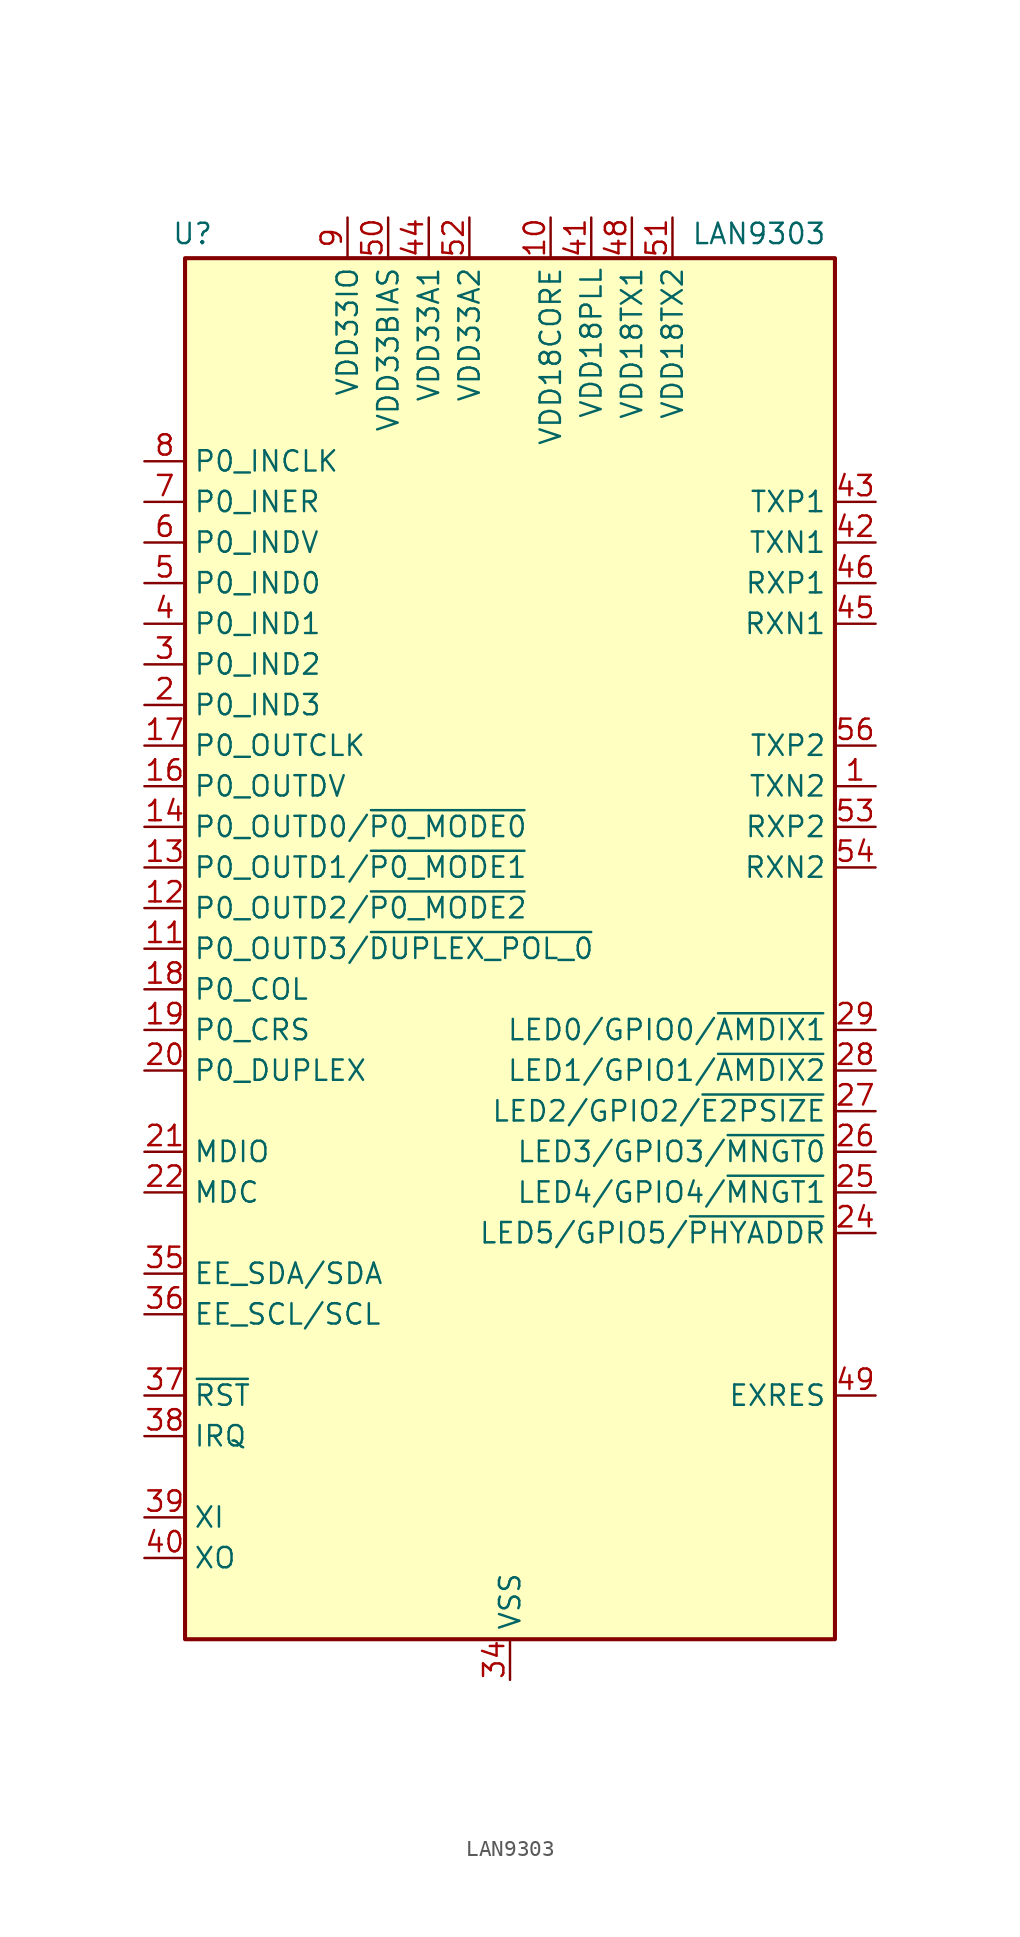
<source format=kicad_sym>
(kicad_symbol_lib
  (version 20241209)
  (generator "kicad_symbol_editor")
  (generator_version "9.0")
  (symbol "LAN9303"
    (property "Reference" "U"
      (at -18.542 44.704 0)
      (effects (font (size 1.27 1.27)) (justify right)))
    (property "Value" "LAN9303"
      (at 19.812 44.704 0)
      (effects (font (size 1.27 1.27)) (justify right)))
    (symbol "LAN9303_0_1"
      (rectangle (start -20.32 43.18) (end 20.32 -43.18) (stroke (width 0.254) (type default)) (fill (type background))))
    (symbol "LAN9303_1_1"
      (pin passive line (at -22.86 30.48 0) (length 2.54) (name "P0_INCLK" (effects (font (size 1.27 1.27)))) (number "8" (effects (font (size 1.27 1.27)))))
      (pin passive line (at -22.86 27.94 0) (length 2.54) (name "P0_INER" (effects (font (size 1.27 1.27)))) (number "7" (effects (font (size 1.27 1.27)))))
      (pin input line (at -22.86 25.4 0) (length 2.54) (name "P0_INDV" (effects (font (size 1.27 1.27)))) (number "6" (effects (font (size 1.27 1.27)))))
      (pin input line (at -22.86 22.86 0) (length 2.54) (name "P0_IND0" (effects (font (size 1.27 1.27)))) (number "5" (effects (font (size 1.27 1.27)))))
      (pin input line (at -22.86 20.32 0) (length 2.54) (name "P0_IND1" (effects (font (size 1.27 1.27)))) (number "4" (effects (font (size 1.27 1.27)))))
      (pin passive line (at -22.86 17.78 0) (length 2.54) (name "P0_IND2" (effects (font (size 1.27 1.27)))) (number "3" (effects (font (size 1.27 1.27)))))
      (pin passive line (at -22.86 15.24 0) (length 2.54) (name "P0_IND3" (effects (font (size 1.27 1.27)))) (number "2" (effects (font (size 1.27 1.27)))))
      (pin bidirectional line (at -22.86 12.7 0) (length 2.54) (name "P0_OUTCLK" (effects (font (size 1.27 1.27)))) (number "17" (effects (font (size 1.27 1.27)))))
      (pin output line (at -22.86 10.16 0) (length 2.54) (name "P0_OUTDV" (effects (font (size 1.27 1.27)))) (number "16" (effects (font (size 1.27 1.27)))))
      (pin bidirectional line (at -22.86 7.62 0) (length 2.54) (name "P0_OUTD0/~{P0_MODE0}" (effects (font (size 1.27 1.27)))) (number "14" (effects (font (size 1.27 1.27)))))
      (pin bidirectional line (at -22.86 5.08 0) (length 2.54) (name "P0_OUTD1/~{P0_MODE1}" (effects (font (size 1.27 1.27)))) (number "13" (effects (font (size 1.27 1.27)))))
      (pin passive line (at -22.86 2.54 0) (length 2.54) (name "P0_OUTD2/~{P0_MODE2}" (effects (font (size 1.27 1.27)))) (number "12" (effects (font (size 1.27 1.27)))))
      (pin passive line (at -22.86 0 0) (length 2.54) (name "P0_OUTD3/~{DUPLEX_POL_0}" (effects (font (size 1.27 1.27)))) (number "11" (effects (font (size 1.27 1.27)))))
      (pin passive line (at -22.86 -2.54 0) (length 2.54) (name "P0_COL" (effects (font (size 1.27 1.27)))) (number "18" (effects (font (size 1.27 1.27)))))
      (pin passive line (at -22.86 -5.08 0) (length 2.54) (name "P0_CRS" (effects (font (size 1.27 1.27)))) (number "19" (effects (font (size 1.27 1.27)))))
      (pin input line (at -22.86 -7.62 0) (length 2.54) (name "P0_DUPLEX" (effects (font (size 1.27 1.27)))) (number "20" (effects (font (size 1.27 1.27)))))
      (pin bidirectional line (at -22.86 -12.7 0) (length 2.54) (name "MDIO" (effects (font (size 1.27 1.27)))) (number "21" (effects (font (size 1.27 1.27)))))
      (pin bidirectional line (at -22.86 -15.24 0) (length 2.54) (name "MDC" (effects (font (size 1.27 1.27)))) (number "22" (effects (font (size 1.27 1.27)))))
      (pin bidirectional line (at -22.86 -20.32 0) (length 2.54) (name "EE_SDA/SDA" (effects (font (size 1.27 1.27)))) (number "35" (effects (font (size 1.27 1.27)))))
      (pin bidirectional line (at -22.86 -22.86 0) (length 2.54) (name "EE_SCL/SCL" (effects (font (size 1.27 1.27)))) (number "36" (effects (font (size 1.27 1.27)))))
      (pin passive line (at -22.86 -27.94 0) (length 2.54) (name "~{RST}" (effects (font (size 1.27 1.27)))) (number "37" (effects (font (size 1.27 1.27)))))
      (pin passive line (at -22.86 -30.48 0) (length 2.54) (name "IRQ" (effects (font (size 1.27 1.27)))) (number "38" (effects (font (size 1.27 1.27)))))
      (pin input line (at -22.86 -35.56 0) (length 2.54) (name "XI" (effects (font (size 1.27 1.27)))) (number "39" (effects (font (size 1.27 1.27)))))
      (pin passive line (at -22.86 -38.1 0) (length 2.54) (name "XO" (effects (font (size 1.27 1.27)))) (number "40" (effects (font (size 1.27 1.27)))))
      (pin passive line (at -10.16 45.72 270) (length 2.54) (hide yes) (name "VDD33IO" (effects (font (size 1.27 1.27)))) (number "15" (effects (font (size 1.27 1.27)))))
      (pin passive line (at -10.16 45.72 270) (length 2.54) (hide yes) (name "VDD33IO" (effects (font (size 1.27 1.27)))) (number "23" (effects (font (size 1.27 1.27)))))
      (pin passive line (at -10.16 45.72 270) (length 2.54) (hide yes) (name "VDD33IO" (effects (font (size 1.27 1.27)))) (number "30" (effects (font (size 1.27 1.27)))))
      (pin passive line (at -10.16 45.72 270) (length 2.54) (hide yes) (name "VDD33IO" (effects (font (size 1.27 1.27)))) (number "32" (effects (font (size 1.27 1.27)))))
      (pin passive line (at -10.16 45.72 270) (length 2.54) (hide yes) (name "VDD33IO" (effects (font (size 1.27 1.27)))) (number "33" (effects (font (size 1.27 1.27)))))
      (pin power_in line (at -10.16 45.72 270) (length 2.54) (name "VDD33IO" (effects (font (size 1.27 1.27)))) (number "9" (effects (font (size 1.27 1.27)))))
      (pin power_in line (at -7.62 45.72 270) (length 2.54) (name "VDD33BIAS" (effects (font (size 1.27 1.27)))) (number "50" (effects (font (size 1.27 1.27)))))
      (pin power_in line (at -5.08 45.72 270) (length 2.54) (name "VDD33A1" (effects (font (size 1.27 1.27)))) (number "44" (effects (font (size 1.27 1.27)))))
      (pin passive line (at -5.08 45.72 270) (length 2.54) (hide yes) (name "VDD33A1" (effects (font (size 1.27 1.27)))) (number "47" (effects (font (size 1.27 1.27)))))
      (pin power_in line (at -2.54 45.72 270) (length 2.54) (name "VDD33A2" (effects (font (size 1.27 1.27)))) (number "52" (effects (font (size 1.27 1.27)))))
      (pin passive line (at -2.54 45.72 270) (length 2.54) (hide yes) (name "VDD33A2" (effects (font (size 1.27 1.27)))) (number "55" (effects (font (size 1.27 1.27)))))
      (pin power_in line (at 0 -45.72 90) (length 2.54) (name "VSS" (effects (font (size 1.27 1.27)))) (number "34" (effects (font (size 1.27 1.27)))))
      (pin passive line (at 0 -45.72 90) (length 2.54) (hide yes) (name "VSS" (effects (font (size 1.27 1.27)))) (number "57" (effects (font (size 1.27 1.27)))))
      (pin output line (at 2.54 45.72 270) (length 2.54) (name "VDD18CORE" (effects (font (size 1.27 1.27)))) (number "10" (effects (font (size 1.27 1.27)))))
      (pin passive line (at 2.54 45.72 270) (length 2.54) (hide yes) (name "VDD18CORE" (effects (font (size 1.27 1.27)))) (number "31" (effects (font (size 1.27 1.27)))))
      (pin output line (at 5.08 45.72 270) (length 2.54) (name "VDD18PLL" (effects (font (size 1.27 1.27)))) (number "41" (effects (font (size 1.27 1.27)))))
      (pin output line (at 7.62 45.72 270) (length 2.54) (name "VDD18TX1" (effects (font (size 1.27 1.27)))) (number "48" (effects (font (size 1.27 1.27)))))
      (pin output line (at 10.16 45.72 270) (length 2.54) (name "VDD18TX2" (effects (font (size 1.27 1.27)))) (number "51" (effects (font (size 1.27 1.27)))))
      (pin bidirectional line (at 22.86 27.94 180) (length 2.54) (name "TXP1" (effects (font (size 1.27 1.27)))) (number "43" (effects (font (size 1.27 1.27)))))
      (pin bidirectional line (at 22.86 25.4 180) (length 2.54) (name "TXN1" (effects (font (size 1.27 1.27)))) (number "42" (effects (font (size 1.27 1.27)))))
      (pin bidirectional line (at 22.86 22.86 180) (length 2.54) (name "RXP1" (effects (font (size 1.27 1.27)))) (number "46" (effects (font (size 1.27 1.27)))))
      (pin bidirectional line (at 22.86 20.32 180) (length 2.54) (name "RXN1" (effects (font (size 1.27 1.27)))) (number "45" (effects (font (size 1.27 1.27)))))
      (pin bidirectional line (at 22.86 12.7 180) (length 2.54) (name "TXP2" (effects (font (size 1.27 1.27)))) (number "56" (effects (font (size 1.27 1.27)))))
      (pin bidirectional line (at 22.86 10.16 180) (length 2.54) (name "TXN2" (effects (font (size 1.27 1.27)))) (number "1" (effects (font (size 1.27 1.27)))))
      (pin bidirectional line (at 22.86 7.62 180) (length 2.54) (name "RXP2" (effects (font (size 1.27 1.27)))) (number "53" (effects (font (size 1.27 1.27)))))
      (pin bidirectional line (at 22.86 5.08 180) (length 2.54) (name "RXN2" (effects (font (size 1.27 1.27)))) (number "54" (effects (font (size 1.27 1.27)))))
      (pin passive line (at 22.86 -5.08 180) (length 2.54) (name "LED0/GPIO0/~{AMDIX1}" (effects (font (size 1.27 1.27)))) (number "29" (effects (font (size 1.27 1.27)))))
      (pin passive line (at 22.86 -7.62 180) (length 2.54) (name "LED1/GPIO1/~{AMDIX2}" (effects (font (size 1.27 1.27)))) (number "28" (effects (font (size 1.27 1.27)))))
      (pin passive line (at 22.86 -10.16 180) (length 2.54) (name "LED2/GPIO2/~{E2PSIZE}" (effects (font (size 1.27 1.27)))) (number "27" (effects (font (size 1.27 1.27)))))
      (pin passive line (at 22.86 -12.7 180) (length 2.54) (name "LED3/GPIO3/~{MNGT0}" (effects (font (size 1.27 1.27)))) (number "26" (effects (font (size 1.27 1.27)))))
      (pin passive line (at 22.86 -15.24 180) (length 2.54) (name "LED4/GPIO4/~{MNGT1}" (effects (font (size 1.27 1.27)))) (number "25" (effects (font (size 1.27 1.27)))))
      (pin passive line (at 22.86 -17.78 180) (length 2.54) (name "LED5/GPIO5/~{PHYADDR}" (effects (font (size 1.27 1.27)))) (number "24" (effects (font (size 1.27 1.27)))))
      (pin passive line (at 22.86 -27.94 180) (length 2.54) (name "EXRES" (effects (font (size 1.27 1.27)))) (number "49" (effects (font (size 1.27 1.27))))))))
</source>
